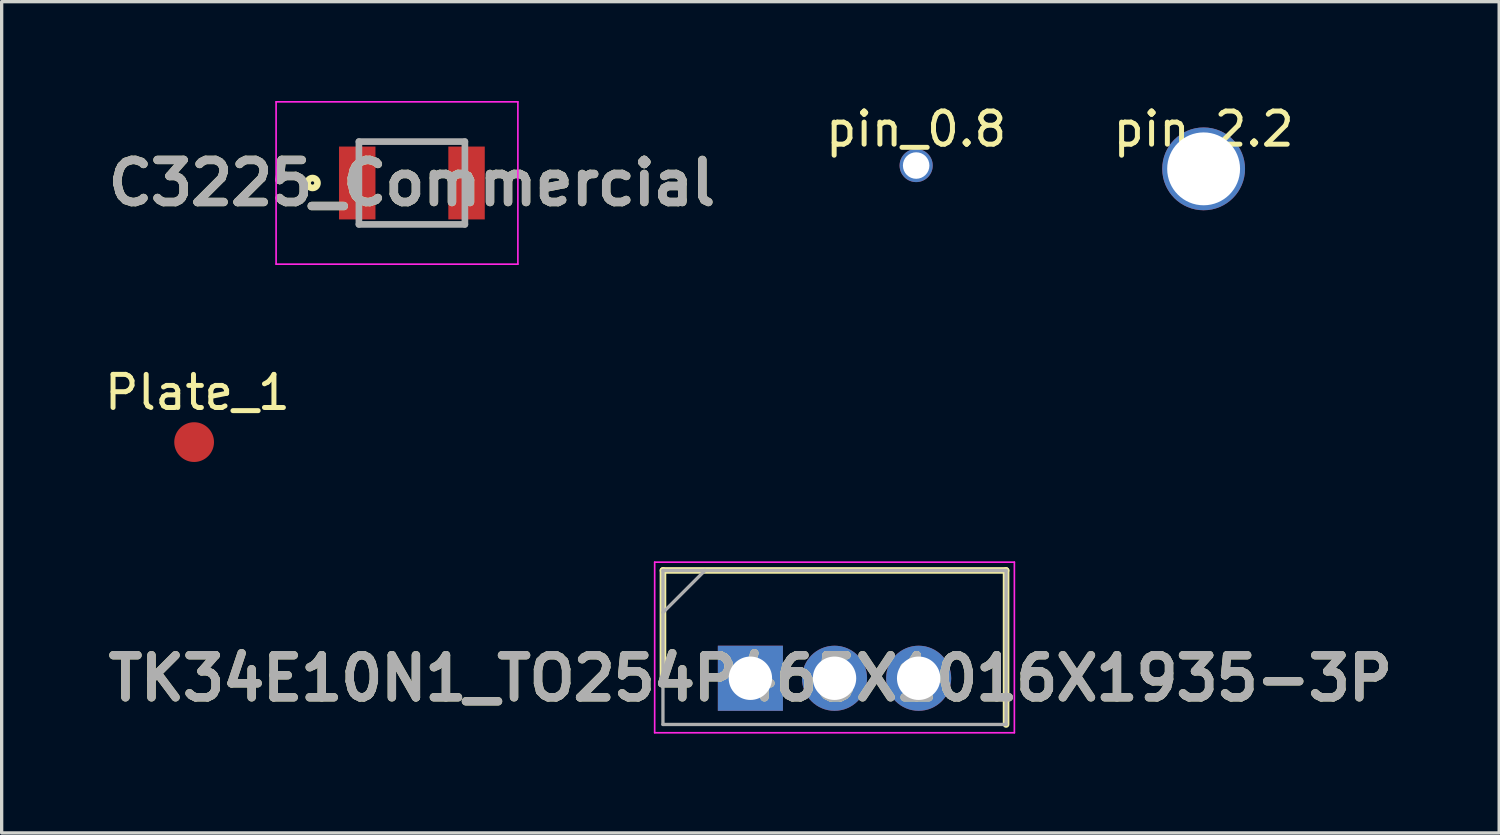
<source format=kicad_pcb>
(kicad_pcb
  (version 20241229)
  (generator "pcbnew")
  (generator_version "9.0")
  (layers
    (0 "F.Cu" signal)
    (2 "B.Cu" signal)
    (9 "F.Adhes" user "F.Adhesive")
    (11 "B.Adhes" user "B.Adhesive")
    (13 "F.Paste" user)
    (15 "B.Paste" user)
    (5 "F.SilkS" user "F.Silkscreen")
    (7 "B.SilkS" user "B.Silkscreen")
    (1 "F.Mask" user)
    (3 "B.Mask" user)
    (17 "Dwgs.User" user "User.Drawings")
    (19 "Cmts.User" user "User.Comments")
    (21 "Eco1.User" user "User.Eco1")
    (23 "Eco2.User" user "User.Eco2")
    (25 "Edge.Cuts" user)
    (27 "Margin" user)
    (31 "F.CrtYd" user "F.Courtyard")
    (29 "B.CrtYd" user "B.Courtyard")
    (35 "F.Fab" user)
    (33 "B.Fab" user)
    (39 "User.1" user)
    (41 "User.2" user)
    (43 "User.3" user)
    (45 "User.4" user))
  (footprint "Plate_1"
    (layer "F.Cu")
    (at 2.911 8.298)
    (property "Reference" "Plate_1" (at 0 0.5 0) (layer "F.SilkS") (effects (font (size 1 1) (thickness 0.15))))
    (attr through_hole)
    (pad "1" smd circle (at -0.1 2) (size 1.2 1.2) (layers "F.Cu" "F.Mask" "F.Paste")))
  (footprint "pin_2.2"
    (layer "F.Cu")
    (at 33.29 0.348)
    (property "Reference" "pin_2.2" (at 0 0.5 0) (layer "F.SilkS") (effects (font (size 1 1) (thickness 0.15))))
    (attr through_hole)
    (pad "1" thru_hole circle (at 0 1.7) (size 2.5 2.5) (drill 2.2) (layers "*.Cu" "*.Mask")))
  (footprint "pin_0.8"
    (layer "F.Cu")
    (at 24.611 0.348)
    (property "Reference" "pin_0.8" (at 0 0.5 0) (layer "F.SilkS") (effects (font (size 1 1) (thickness 0.15))))
    (attr through_hole)
    (pad "1" thru_hole circle (at 0 1.6) (size 1 1) (drill 0.8) (layers "*.Cu" "*.Mask")))
  (footprint "C3225_Commercial"
    (layer "F.Cu")
    (at 9.386 2.475)
    (property "Reference" "C3225_Commercial" (at 0 0 0) (layer "F.SilkS") (effects (font (size 1.27 1.27) (thickness 0.254))))
    (attr smd)
    (fp_circle (center -3 0) (end -3 0.05) (stroke (width 0.2) (type solid)) (fill no) (layer "F.SilkS"))
    (fp_line (start -4.1 -2.45) (end 3.2 -2.45) (stroke (width 0.05) (type solid)) (layer "F.CrtYd"))
    (fp_line (start -4.1 2.45) (end -4.1 -2.45) (stroke (width 0.05) (type solid)) (layer "F.CrtYd"))
    (fp_line (start 3.2 -2.45) (end 3.2 2.45) (stroke (width 0.05) (type solid)) (layer "F.CrtYd"))
    (fp_line (start 3.2 2.45) (end -4.1 2.45) (stroke (width 0.05) (type solid)) (layer "F.CrtYd"))
    (fp_line (start -1.6 -1.25) (end 1.6 -1.25) (stroke (width 0.2) (type solid)) (layer "F.Fab"))
    (fp_line (start -1.6 1.25) (end -1.6 -1.25) (stroke (width 0.2) (type solid)) (layer "F.Fab"))
    (fp_line (start 1.6 -1.25) (end 1.6 1.25) (stroke (width 0.2) (type solid)) (layer "F.Fab"))
    (fp_line (start 1.6 1.25) (end -1.6 1.25) (stroke (width 0.2) (type solid)) (layer "F.Fab"))
    (fp_text user "${REFERENCE}" (at 0 0 0) (layer "F.Fab") (effects (font (size 1.27 1.27) (thickness 0.254))))
    (pad "1" smd rect (at -1.65 0) (size 1.1 2.2) (layers "F.Cu" "F.Mask" "F.Paste"))
    (pad "2" smd rect (at 1.65 0) (size 1.1 2.2) (layers "F.Cu" "F.Mask" "F.Paste")))
  (footprint "TK34E10N1_TO254P465X1016X1935-3P"
    (layer "F.Cu")
    (at 19.606 17.428)
    (property "Reference" "TK34E10N1_TO254P465X1016X1935-3P" (at 0 0 0) (layer "F.SilkS") (effects (font (size 1.27 1.27) (thickness 0.254))))
    (attr through_hole)
    (fp_line (start -2.64 -3.255) (end -2.64 0) (stroke (width 0.2) (type solid)) (layer "F.SilkS"))
    (fp_line (start 7.72 -3.255) (end -2.64 -3.255) (stroke (width 0.2) (type solid)) (layer "F.SilkS"))
    (fp_line (start 7.72 1.395) (end 7.72 -3.255) (stroke (width 0.2) (type solid)) (layer "F.SilkS"))
    (fp_line (start -2.89 -3.505) (end 7.97 -3.505) (stroke (width 0.05) (type solid)) (layer "F.CrtYd"))
    (fp_line (start -2.89 1.645) (end -2.89 -3.505) (stroke (width 0.05) (type solid)) (layer "F.CrtYd"))
    (fp_line (start 7.97 -3.505) (end 7.97 1.645) (stroke (width 0.05) (type solid)) (layer "F.CrtYd"))
    (fp_line (start 7.97 1.645) (end -2.89 1.645) (stroke (width 0.05) (type solid)) (layer "F.CrtYd"))
    (fp_line (start -2.64 -3.255) (end 7.72 -3.255) (stroke (width 0.1) (type solid)) (layer "F.Fab"))
    (fp_line (start -2.64 -1.985) (end -1.37 -3.255) (stroke (width 0.1) (type solid)) (layer "F.Fab"))
    (fp_line (start -2.64 1.395) (end -2.64 -3.255) (stroke (width 0.1) (type solid)) (layer "F.Fab"))
    (fp_line (start 7.72 -3.255) (end 7.72 1.395) (stroke (width 0.1) (type solid)) (layer "F.Fab"))
    (fp_line (start 7.72 1.395) (end -2.64 1.395) (stroke (width 0.1) (type solid)) (layer "F.Fab"))
    (fp_text user "${REFERENCE}" (at 0 0 0) (layer "F.Fab") (effects (font (size 1.27 1.27) (thickness 0.254))))
    (pad "1" thru_hole rect (at 0 0) (size 1.965 1.965) (drill 1.31) (layers "*.Cu" "*.Mask"))
    (pad "2" thru_hole circle (at 2.54 0) (size 1.965 1.965) (drill 1.31) (layers "*.Cu" "*.Mask"))
    (pad "3" thru_hole circle (at 5.08 0) (size 1.965 1.965) (drill 1.31) (layers "*.Cu" "*.Mask")))
  (gr_rect
    (start -3 -3)
    (end 42.213 22.098)
    (stroke (width 0.1) (type default))
    (fill no)
    (layer "Edge.Cuts")))
</source>
